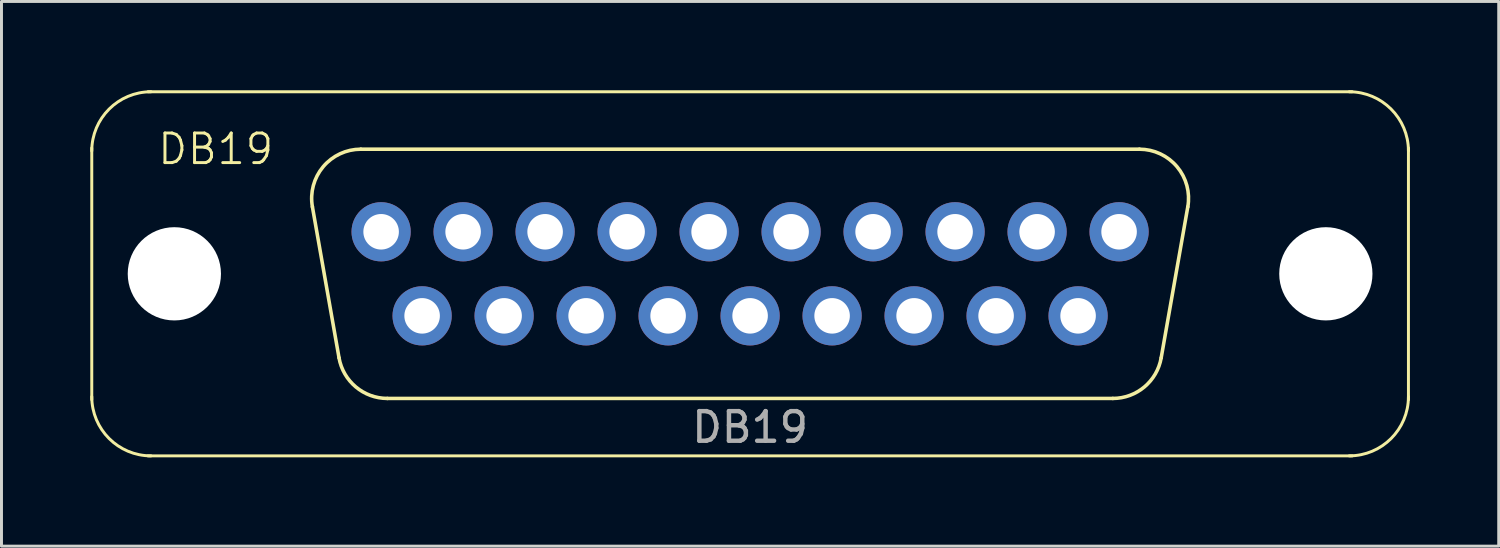
<source format=kicad_pcb>
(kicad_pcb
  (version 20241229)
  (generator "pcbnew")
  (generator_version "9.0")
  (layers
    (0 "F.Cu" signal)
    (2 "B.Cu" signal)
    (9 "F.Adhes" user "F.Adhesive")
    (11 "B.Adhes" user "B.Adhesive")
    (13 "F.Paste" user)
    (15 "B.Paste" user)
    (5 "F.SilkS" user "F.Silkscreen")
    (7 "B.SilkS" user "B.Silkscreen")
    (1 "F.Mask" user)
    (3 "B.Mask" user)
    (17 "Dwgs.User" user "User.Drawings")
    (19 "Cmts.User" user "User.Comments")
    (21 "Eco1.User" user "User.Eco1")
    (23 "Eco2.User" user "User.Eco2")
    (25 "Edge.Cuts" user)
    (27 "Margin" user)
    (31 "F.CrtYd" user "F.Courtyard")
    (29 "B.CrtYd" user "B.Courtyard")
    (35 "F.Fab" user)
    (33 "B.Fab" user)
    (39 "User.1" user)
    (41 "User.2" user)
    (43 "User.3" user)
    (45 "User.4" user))
  (footprint "DB19"
    (layer "F.Cu")
    (at 9.825 4.78)
    (property "Reference" "DB19" (at -5.588 -2.794 0) (unlocked yes) (layer "F.SilkS") (effects (font (size 1 1) (thickness 0.1))))
    (attr through_hole)
    (fp_line (start -9.775 -2.83) (end -9.775 5.67) (stroke (width 0.1) (type default)) (layer "F.SilkS"))
    (fp_line (start -7.875 -4.73) (end 32.805 -4.73) (stroke (width 0.1) (type default)) (layer "F.SilkS"))
    (fp_line (start -7.875 7.57) (end 32.805 7.57) (stroke (width 0.1) (type default)) (layer "F.SilkS"))
    (fp_line (start -2.321 -0.842) (end -1.422 4.258) (stroke (width 0.12) (type solid)) (layer "F.SilkS"))
    (fp_line (start -0.687 -2.79) (end 25.617 -2.79) (stroke (width 0.12) (type solid)) (layer "F.SilkS"))
    (fp_line (start 0.213 5.63) (end 24.717 5.63) (stroke (width 0.12) (type solid)) (layer "F.SilkS"))
    (fp_line (start 27.251 -0.842) (end 26.352 4.258) (stroke (width 0.12) (type solid)) (layer "F.SilkS"))
    (fp_line (start 34.705 -2.83) (end 34.705 5.67) (stroke (width 0.1) (type default)) (layer "F.SilkS"))
    (fp_arc (start -9.775 -2.73) (mid -9.189214 -4.144214) (end -7.775 -4.73) (stroke (width 0.1) (type default)) (layer "F.SilkS"))
    (fp_arc (start -7.775 7.57) (mid -9.189214 6.984214) (end -9.775 5.57) (stroke (width 0.1) (type default)) (layer "F.SilkS"))
    (fp_arc (start -2.32147 -0.841744) (mid -1.958323 -2.197028) (end -0.686689 -2.79) (stroke (width 0.12) (type solid)) (layer "F.SilkS"))
    (fp_arc (start 0.212579 5.63) (mid -0.854448 5.241633) (end -1.422202 4.258256) (stroke (width 0.12) (type solid)) (layer "F.SilkS"))
    (fp_arc (start 25.616689 -2.79) (mid 26.888329 -2.197033) (end 27.25147 -0.841744) (stroke (width 0.12) (type solid)) (layer "F.SilkS"))
    (fp_arc (start 26.352202 4.258256) (mid 25.784453 5.24164) (end 24.717421 5.63) (stroke (width 0.12) (type solid)) (layer "F.SilkS"))
    (fp_arc (start 32.705 -4.73) (mid 34.119214 -4.144214) (end 34.705 -2.73) (stroke (width 0.1) (type default)) (layer "F.SilkS"))
    (fp_arc (start 34.705 5.57) (mid 34.119214 6.984214) (end 32.705 7.57) (stroke (width 0.1) (type default)) (layer "F.SilkS"))
    (fp_text user "${REFERENCE}" (at 12.465 6.604 0) (unlocked yes) (layer "F.Fab") (effects (font (size 1 1) (thickness 0.15))))
    (pad "" np_thru_hole circle (at -6.985 1.42) (size 3.15 3.15) (drill 3.15) (layers "*.Cu" "*.Mask"))
    (pad "" np_thru_hole circle (at 31.915 1.42) (size 3.15 3.15) (drill 3.15) (layers "*.Cu" "*.Mask"))
    (pad "1" thru_hole circle (at 0 0) (size 2 2) (drill 1.2) (layers "*.Cu" "*.Mask"))
    (pad "2" thru_hole circle (at 2.77 0) (size 2 2) (drill 1.2) (layers "*.Cu" "*.Mask"))
    (pad "3" thru_hole circle (at 5.54 0) (size 2 2) (drill 1.2) (layers "*.Cu" "*.Mask"))
    (pad "4" thru_hole circle (at 8.31 0) (size 2 2) (drill 1.2) (layers "*.Cu" "*.Mask"))
    (pad "5" thru_hole circle (at 11.08 0) (size 2 2) (drill 1.2) (layers "*.Cu" "*.Mask"))
    (pad "6" thru_hole circle (at 13.85 0) (size 2 2) (drill 1.2) (layers "*.Cu" "*.Mask"))
    (pad "7" thru_hole circle (at 16.62 0) (size 2 2) (drill 1.2) (layers "*.Cu" "*.Mask"))
    (pad "8" thru_hole circle (at 19.39 0) (size 2 2) (drill 1.2) (layers "*.Cu" "*.Mask"))
    (pad "9" thru_hole circle (at 22.16 0) (size 2 2) (drill 1.2) (layers "*.Cu" "*.Mask"))
    (pad "10" thru_hole circle (at 24.93 0) (size 2 2) (drill 1.2) (layers "*.Cu" "*.Mask"))
    (pad "11" thru_hole circle (at 1.385 2.84) (size 2 2) (drill 1.2) (layers "*.Cu" "*.Mask"))
    (pad "12" thru_hole circle (at 4.155 2.84) (size 2 2) (drill 1.2) (layers "*.Cu" "*.Mask"))
    (pad "13" thru_hole circle (at 6.925 2.84) (size 2 2) (drill 1.2) (layers "*.Cu" "*.Mask"))
    (pad "14" thru_hole circle (at 9.695 2.84) (size 2 2) (drill 1.2) (layers "*.Cu" "*.Mask"))
    (pad "15" thru_hole circle (at 12.465 2.84) (size 2 2) (drill 1.2) (layers "*.Cu" "*.Mask"))
    (pad "16" thru_hole circle (at 15.235 2.84) (size 2 2) (drill 1.2) (layers "*.Cu" "*.Mask"))
    (pad "17" thru_hole circle (at 18.005 2.84) (size 2 2) (drill 1.2) (layers "*.Cu" "*.Mask"))
    (pad "18" thru_hole circle (at 20.775 2.84) (size 2 2) (drill 1.2) (layers "*.Cu" "*.Mask"))
    (pad "19" thru_hole circle (at 23.545 2.84) (size 2 2) (drill 1.2) (layers "*.Cu" "*.Mask")))
  (gr_rect
    (start -3 -3)
    (end 47.58 15.4)
    (stroke (width 0.1) (type default))
    (fill no)
    (layer "Edge.Cuts")))
</source>
